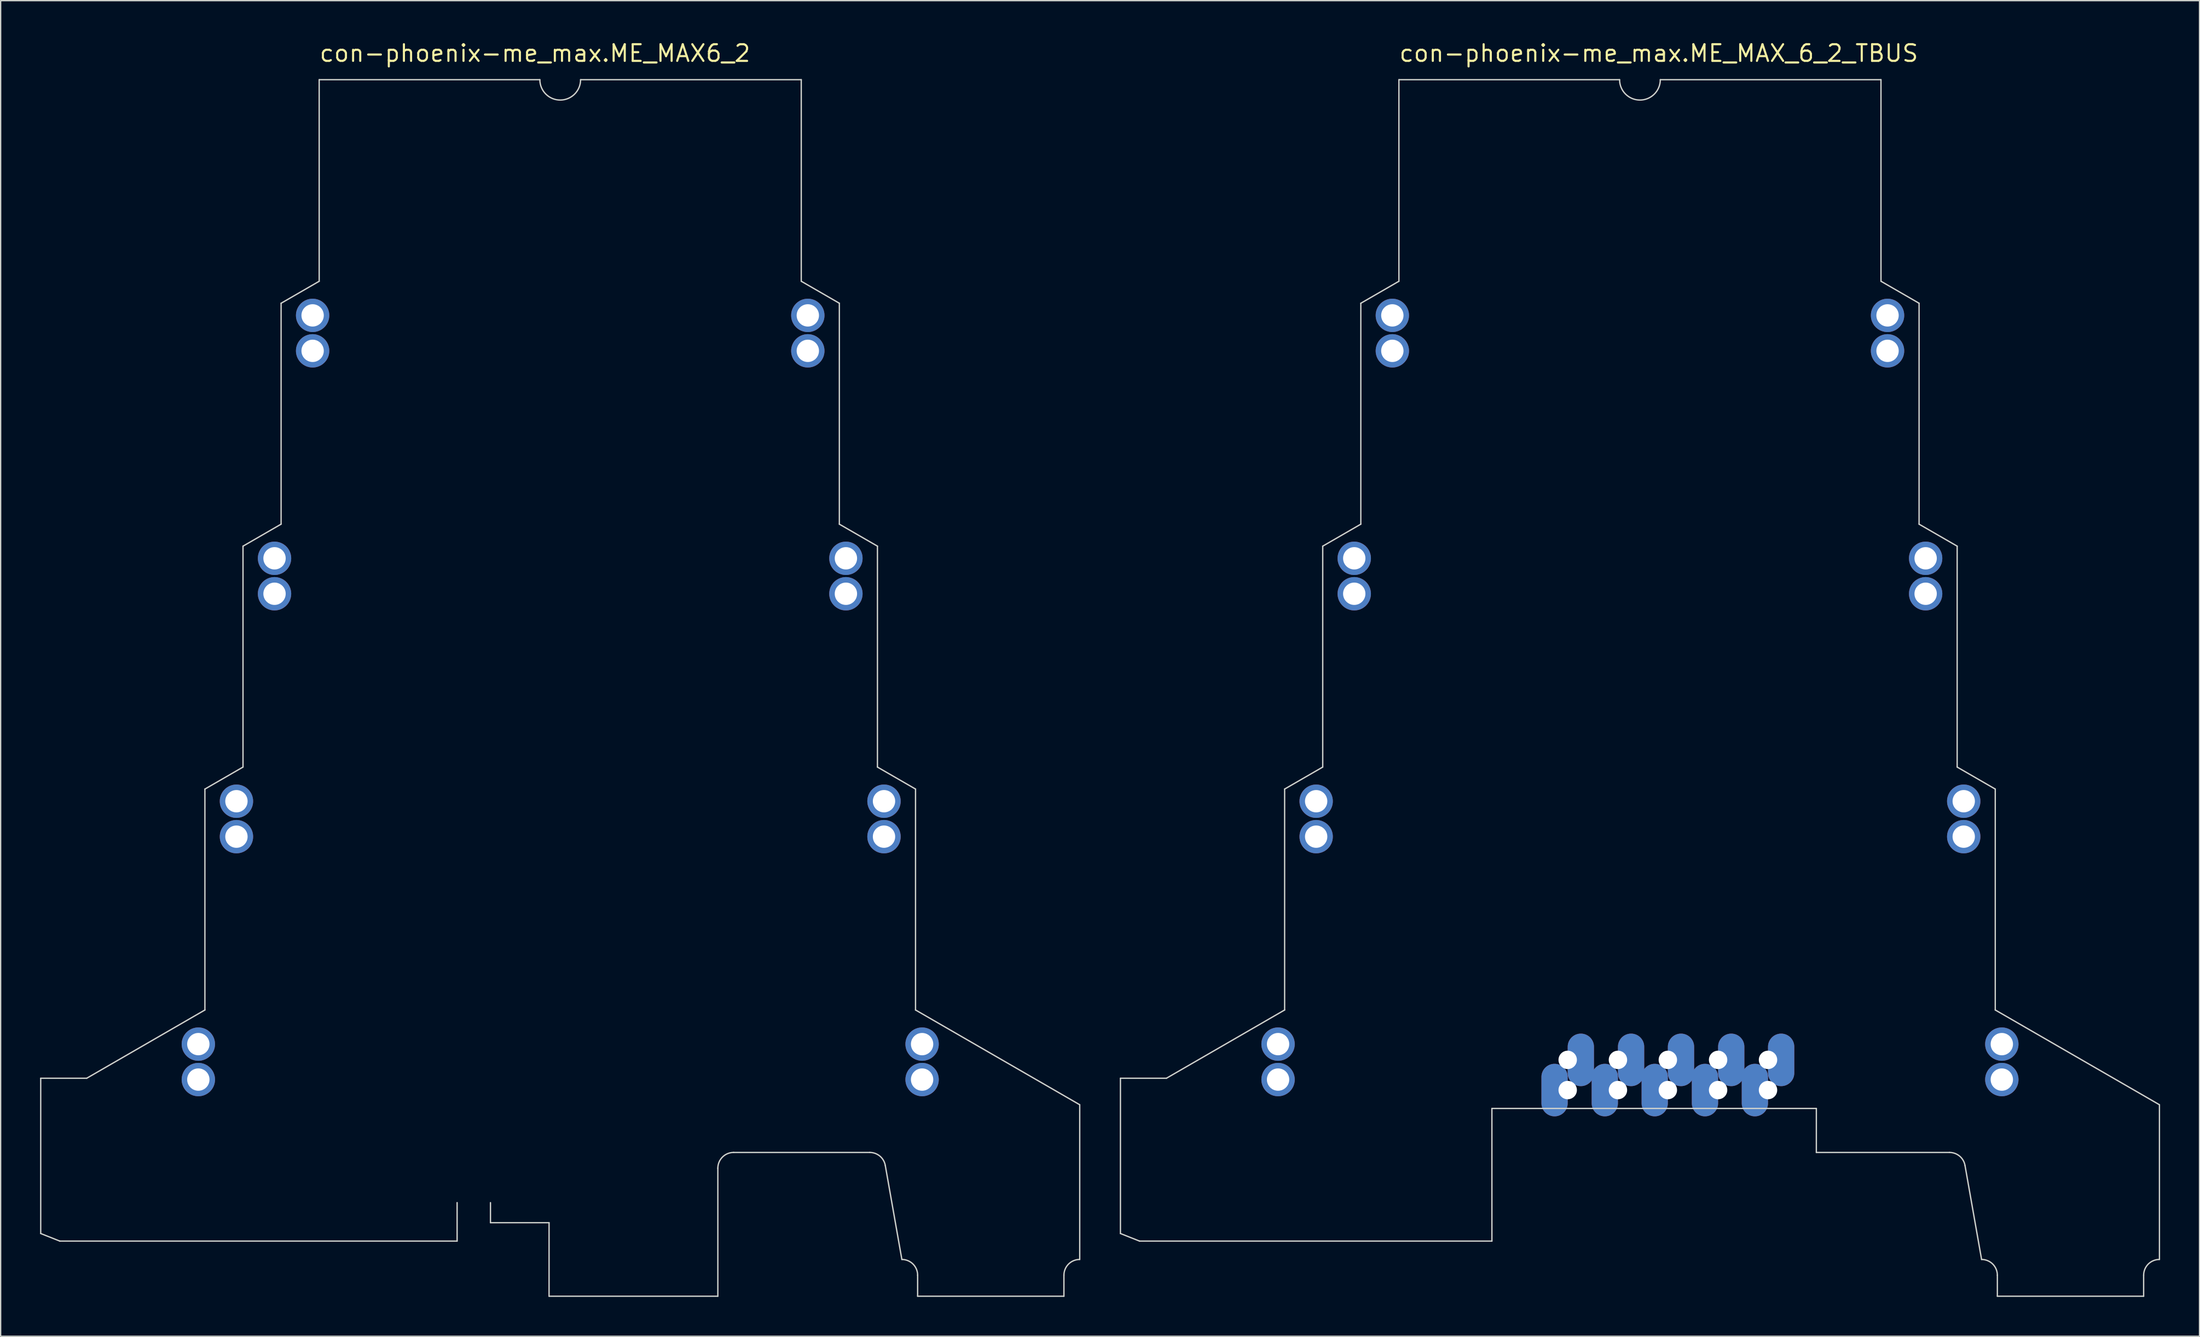
<source format=kicad_pcb>
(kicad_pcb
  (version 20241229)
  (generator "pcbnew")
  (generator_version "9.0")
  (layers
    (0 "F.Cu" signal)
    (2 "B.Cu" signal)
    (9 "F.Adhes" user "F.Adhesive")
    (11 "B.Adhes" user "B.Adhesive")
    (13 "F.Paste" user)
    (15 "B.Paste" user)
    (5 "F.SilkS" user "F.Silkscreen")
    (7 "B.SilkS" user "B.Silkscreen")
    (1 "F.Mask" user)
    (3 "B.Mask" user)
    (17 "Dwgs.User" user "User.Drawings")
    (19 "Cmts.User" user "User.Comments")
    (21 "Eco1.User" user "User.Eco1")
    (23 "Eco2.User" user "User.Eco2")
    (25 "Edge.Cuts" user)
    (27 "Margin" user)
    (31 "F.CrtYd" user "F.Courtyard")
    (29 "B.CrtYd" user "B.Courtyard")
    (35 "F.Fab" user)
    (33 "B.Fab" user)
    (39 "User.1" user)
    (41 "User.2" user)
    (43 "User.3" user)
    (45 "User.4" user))
  (footprint "con-phoenix-me_max.ME_MAX_6_2_TBUS"
    (layer "F.Cu")
    (at 121.8 3.02)
    (property "Reference" "con-phoenix-me_max.ME_MAX_6_2_TBUS" (at -18.415 -1.27 0) (layer "F.SilkS") (effects (font (size 1.27 1.27) (thickness 0.16)) (justify left bottom)))
    (attr through_hole)
    (fp_line (start -9.175 77.35) (end -6.9 77.35) (stroke (width 0.002) (type default)) (layer "F.SilkS"))
    (fp_line (start -9.175 78.35) (end -9.175 77.35) (stroke (width 0.002) (type default)) (layer "F.SilkS"))
    (fp_line (start -6.9 73.05) (end 11.15 73.05) (stroke (width 0.002) (type default)) (layer "F.SilkS"))
    (fp_line (start -6.9 77.35) (end -6.9 73.05) (stroke (width 0.002) (type default)) (layer "F.SilkS"))
    (fp_line (start 11.15 73.05) (end 11.15 77.35) (stroke (width 0.002) (type default)) (layer "F.SilkS"))
    (fp_line (start 11.15 77.35) (end 13.425 77.35) (stroke (width 0.002) (type default)) (layer "F.SilkS"))
    (fp_line (start 13.425 77.35) (end 13.425 78.35) (stroke (width 0.002) (type default)) (layer "F.SilkS"))
    (fp_line (start -39.55 76.05) (end -39.55 87.875) (stroke (width 0.1) (type default)) (layer "Edge.Cuts"))
    (fp_line (start -39.55 87.875) (end -38.1 88.45) (stroke (width 0.1) (type default)) (layer "Edge.Cuts"))
    (fp_line (start -38.1 88.45) (end -11.27 88.45) (stroke (width 0.1) (type default)) (layer "Edge.Cuts"))
    (fp_line (start -36.05 76.05) (end -39.55 76.05) (stroke (width 0.1) (type default)) (layer "Edge.Cuts"))
    (fp_line (start -27.05 54.025) (end -27.05 70.85) (stroke (width 0.1) (type default)) (layer "Edge.Cuts"))
    (fp_line (start -27.05 70.85) (end -36.05 76.05) (stroke (width 0.1) (type default)) (layer "Edge.Cuts"))
    (fp_line (start -24.15 35.525) (end -24.15 52.35) (stroke (width 0.1) (type default)) (layer "Edge.Cuts"))
    (fp_line (start -24.15 52.35) (end -27.05 54.025) (stroke (width 0.1) (type default)) (layer "Edge.Cuts"))
    (fp_line (start -21.25 17.025) (end -21.25 33.85) (stroke (width 0.1) (type default)) (layer "Edge.Cuts"))
    (fp_line (start -21.25 33.85) (end -24.15 35.525) (stroke (width 0.1) (type default)) (layer "Edge.Cuts"))
    (fp_line (start -18.35 0) (end -18.35 15.35) (stroke (width 0.1) (type default)) (layer "Edge.Cuts"))
    (fp_line (start -18.35 15.35) (end -21.25 17.025) (stroke (width 0.1) (type default)) (layer "Edge.Cuts"))
    (fp_line (start -11.27 78.35) (end -11.27 88.45) (stroke (width 0.1) (type default)) (layer "Edge.Cuts"))
    (fp_line (start -11.27 78.35) (end 13.43 78.35) (stroke (width 0.1) (type default)) (layer "Edge.Cuts"))
    (fp_line (start -1.55 0) (end -18.35 0) (stroke (width 0.1) (type default)) (layer "Edge.Cuts"))
    (fp_line (start 1.55 0) (end 18.35 0) (stroke (width 0.1) (type default)) (layer "Edge.Cuts"))
    (fp_line (start 13.43 78.35) (end 13.43 81.7) (stroke (width 0.1) (type default)) (layer "Edge.Cuts"))
    (fp_line (start 13.43 81.7) (end 23.565 81.7) (stroke (width 0.1) (type default)) (layer "Edge.Cuts"))
    (fp_line (start 18.35 0) (end 18.35 15.35) (stroke (width 0.1) (type default)) (layer "Edge.Cuts"))
    (fp_line (start 18.35 15.35) (end 21.25 17.025) (stroke (width 0.1) (type default)) (layer "Edge.Cuts"))
    (fp_line (start 21.25 17.025) (end 21.25 33.85) (stroke (width 0.1) (type default)) (layer "Edge.Cuts"))
    (fp_line (start 21.25 33.85) (end 24.15 35.525) (stroke (width 0.1) (type default)) (layer "Edge.Cuts"))
    (fp_line (start 24.15 35.525) (end 24.15 52.35) (stroke (width 0.1) (type default)) (layer "Edge.Cuts"))
    (fp_line (start 24.15 52.35) (end 27.05 54.025) (stroke (width 0.1) (type default)) (layer "Edge.Cuts"))
    (fp_line (start 24.75 82.705) (end 26.01 89.85) (stroke (width 0.1) (type default)) (layer "Edge.Cuts"))
    (fp_line (start 27.05 54.025) (end 27.05 70.85) (stroke (width 0.1) (type default)) (layer "Edge.Cuts"))
    (fp_line (start 27.05 70.85) (end 39.55 78.067) (stroke (width 0.1) (type default)) (layer "Edge.Cuts"))
    (fp_line (start 27.21 91.05) (end 27.21 92.65) (stroke (width 0.1) (type default)) (layer "Edge.Cuts"))
    (fp_line (start 38.347 91.05) (end 38.347 92.65) (stroke (width 0.1) (type default)) (layer "Edge.Cuts"))
    (fp_line (start 38.347 92.65) (end 27.21 92.65) (stroke (width 0.1) (type default)) (layer "Edge.Cuts"))
    (fp_line (start 39.55 78.067) (end 39.55 89.85) (stroke (width 0.1) (type default)) (layer "Edge.Cuts"))
    (fp_arc (start 1.55 0) (mid 0 1.55) (end -1.55 0) (stroke (width 0.1) (type default)) (layer "Edge.Cuts"))
    (fp_arc (start 23.565 81.7) (mid 24.342563 81.984291) (end 24.75 82.705) (stroke (width 0.1) (type default)) (layer "Edge.Cuts"))
    (fp_arc (start 26.01 89.85) (mid 26.85888 90.20112) (end 27.21 91.05) (stroke (width 0.1) (type default)) (layer "Edge.Cuts"))
    (fp_arc (start 38.3475 91.05) (mid 38.699856 90.200588) (end 39.55 89.85) (stroke (width 0.1) (type default)) (layer "Edge.Cuts"))
    (pad "1" thru_hole circle (at -18.85 17.95) (size 2.54 2.54) (drill 1.7) (layers "*.Cu" "*.Mask"))
    (pad "1@1" thru_hole circle (at -18.85 20.65) (size 2.54 2.54) (drill 1.7) (layers "*.Cu" "*.Mask"))
    (pad "2" thru_hole circle (at 18.85 17.95) (size 2.54 2.54) (drill 1.7) (layers "*.Cu" "*.Mask"))
    (pad "2@1" thru_hole circle (at 18.85 20.65) (size 2.54 2.54) (drill 1.7) (layers "*.Cu" "*.Mask"))
    (pad "3" thru_hole circle (at -21.75 36.45) (size 2.54 2.54) (drill 1.7) (layers "*.Cu" "*.Mask"))
    (pad "3@1" thru_hole circle (at -21.75 39.15) (size 2.54 2.54) (drill 1.7) (layers "*.Cu" "*.Mask"))
    (pad "4" thru_hole circle (at 21.75 36.45) (size 2.54 2.54) (drill 1.7) (layers "*.Cu" "*.Mask"))
    (pad "4@1" thru_hole circle (at 21.75 39.15) (size 2.54 2.54) (drill 1.7) (layers "*.Cu" "*.Mask"))
    (pad "5" thru_hole circle (at -24.65 54.95) (size 2.54 2.54) (drill 1.7) (layers "*.Cu" "*.Mask"))
    (pad "5@1" thru_hole circle (at -24.65 57.65) (size 2.54 2.54) (drill 1.7) (layers "*.Cu" "*.Mask"))
    (pad "6" thru_hole circle (at 24.65 54.95) (size 2.54 2.54) (drill 1.7) (layers "*.Cu" "*.Mask"))
    (pad "6@1" thru_hole circle (at 24.65 57.65) (size 2.54 2.54) (drill 1.7) (layers "*.Cu" "*.Mask"))
    (pad "7" thru_hole circle (at -27.55 73.45) (size 2.54 2.54) (drill 1.7) (layers "*.Cu" "*.Mask"))
    (pad "7@1" thru_hole circle (at -27.55 76.15) (size 2.54 2.54) (drill 1.7) (layers "*.Cu" "*.Mask"))
    (pad "8" thru_hole circle (at 27.55 73.45) (size 2.54 2.54) (drill 1.7) (layers "*.Cu" "*.Mask"))
    (pad "8@1" thru_hole circle (at 27.55 76.15) (size 2.54 2.54) (drill 1.7) (layers "*.Cu" "*.Mask"))
    (pad "B1" thru_hole oval (at -5.5 74.65 90) (size 4 2) (drill 1.4 (offset 0 1)) (layers "*.Cu" "*.Mask"))
    (pad "B1@1" thru_hole oval (at -5.5 76.95 90) (size 4 2) (drill 1.4 (offset 0 -1)) (layers "*.Cu" "*.Mask"))
    (pad "B2" thru_hole oval (at -1.675 74.65 90) (size 4 2) (drill 1.4 (offset 0 1)) (layers "*.Cu" "*.Mask"))
    (pad "B2@1" thru_hole oval (at -1.675 76.95 90) (size 4 2) (drill 1.4 (offset 0 -1)) (layers "*.Cu" "*.Mask"))
    (pad "B3" thru_hole oval (at 2.125 74.65 90) (size 4 2) (drill 1.4 (offset 0 1)) (layers "*.Cu" "*.Mask"))
    (pad "B3@1" thru_hole oval (at 2.125 76.95 90) (size 4 2) (drill 1.4 (offset 0 -1)) (layers "*.Cu" "*.Mask"))
    (pad "B4" thru_hole oval (at 5.95 74.65 90) (size 4 2) (drill 1.4 (offset 0 1)) (layers "*.Cu" "*.Mask"))
    (pad "B4@1" thru_hole oval (at 5.95 76.95 90) (size 4 2) (drill 1.4 (offset 0 -1)) (layers "*.Cu" "*.Mask"))
    (pad "B5" thru_hole oval (at 9.75 74.65 90) (size 4 2) (drill 1.4 (offset 0 1)) (layers "*.Cu" "*.Mask"))
    (pad "B5@1" thru_hole oval (at 9.75 76.95 90) (size 4 2) (drill 1.4 (offset 0 -1)) (layers "*.Cu" "*.Mask")))
  (footprint "con-phoenix-me_max.ME_MAX6_2"
    (layer "F.Cu")
    (at 39.6 3.02)
    (property "Reference" "con-phoenix-me_max.ME_MAX6_2" (at -18.415 -1.27 0) (layer "F.SilkS") (effects (font (size 1.27 1.27) (thickness 0.16)) (justify left bottom)))
    (attr through_hole)
    (fp_line (start -39.55 76.05) (end -39.55 87.875) (stroke (width 0.1) (type default)) (layer "Edge.Cuts"))
    (fp_line (start -39.55 87.875) (end -38.1 88.45) (stroke (width 0.1) (type default)) (layer "Edge.Cuts"))
    (fp_line (start -38.1 88.45) (end -7.85 88.45) (stroke (width 0.1) (type default)) (layer "Edge.Cuts"))
    (fp_line (start -36.05 76.05) (end -39.55 76.05) (stroke (width 0.1) (type default)) (layer "Edge.Cuts"))
    (fp_line (start -27.05 54.025) (end -27.05 70.85) (stroke (width 0.1) (type default)) (layer "Edge.Cuts"))
    (fp_line (start -27.05 70.85) (end -36.05 76.05) (stroke (width 0.1) (type default)) (layer "Edge.Cuts"))
    (fp_line (start -24.15 35.525) (end -24.15 52.35) (stroke (width 0.1) (type default)) (layer "Edge.Cuts"))
    (fp_line (start -24.15 52.35) (end -27.05 54.025) (stroke (width 0.1) (type default)) (layer "Edge.Cuts"))
    (fp_line (start -21.25 17.025) (end -21.25 33.85) (stroke (width 0.1) (type default)) (layer "Edge.Cuts"))
    (fp_line (start -21.25 33.85) (end -24.15 35.525) (stroke (width 0.1) (type default)) (layer "Edge.Cuts"))
    (fp_line (start -18.35 0) (end -18.35 15.35) (stroke (width 0.1) (type default)) (layer "Edge.Cuts"))
    (fp_line (start -18.35 15.35) (end -21.25 17.025) (stroke (width 0.1) (type default)) (layer "Edge.Cuts"))
    (fp_line (start -7.85 85.52) (end -7.85 88.45) (stroke (width 0.1) (type default)) (layer "Edge.Cuts"))
    (fp_line (start -5.31 85.522) (end -5.31 87.05) (stroke (width 0.1) (type default)) (layer "Edge.Cuts"))
    (fp_line (start -5.31 87.05) (end -0.85 87.05) (stroke (width 0.1) (type default)) (layer "Edge.Cuts"))
    (fp_line (start -1.55 0) (end -18.35 0) (stroke (width 0.1) (type default)) (layer "Edge.Cuts"))
    (fp_line (start -0.85 87.05) (end -0.85 92.65) (stroke (width 0.1) (type default)) (layer "Edge.Cuts"))
    (fp_line (start -0.85 92.65) (end 12 92.65) (stroke (width 0.1) (type default)) (layer "Edge.Cuts"))
    (fp_line (start 1.55 0) (end 18.35 0) (stroke (width 0.1) (type default)) (layer "Edge.Cuts"))
    (fp_line (start 12 82.9) (end 12 92.65) (stroke (width 0.1) (type default)) (layer "Edge.Cuts"))
    (fp_line (start 13.203 81.7) (end 23.565 81.7) (stroke (width 0.1) (type default)) (layer "Edge.Cuts"))
    (fp_line (start 18.35 0) (end 18.35 15.35) (stroke (width 0.1) (type default)) (layer "Edge.Cuts"))
    (fp_line (start 18.35 15.35) (end 21.25 17.025) (stroke (width 0.1) (type default)) (layer "Edge.Cuts"))
    (fp_line (start 21.25 17.025) (end 21.25 33.85) (stroke (width 0.1) (type default)) (layer "Edge.Cuts"))
    (fp_line (start 21.25 33.85) (end 24.15 35.525) (stroke (width 0.1) (type default)) (layer "Edge.Cuts"))
    (fp_line (start 24.15 35.525) (end 24.15 52.35) (stroke (width 0.1) (type default)) (layer "Edge.Cuts"))
    (fp_line (start 24.15 52.35) (end 27.05 54.025) (stroke (width 0.1) (type default)) (layer "Edge.Cuts"))
    (fp_line (start 24.75 82.705) (end 26.01 89.85) (stroke (width 0.1) (type default)) (layer "Edge.Cuts"))
    (fp_line (start 27.05 54.025) (end 27.05 70.85) (stroke (width 0.1) (type default)) (layer "Edge.Cuts"))
    (fp_line (start 27.05 70.85) (end 39.55 78.067) (stroke (width 0.1) (type default)) (layer "Edge.Cuts"))
    (fp_line (start 27.21 91.05) (end 27.21 92.65) (stroke (width 0.1) (type default)) (layer "Edge.Cuts"))
    (fp_line (start 38.347 91.05) (end 38.347 92.65) (stroke (width 0.1) (type default)) (layer "Edge.Cuts"))
    (fp_line (start 38.347 92.65) (end 27.21 92.65) (stroke (width 0.1) (type default)) (layer "Edge.Cuts"))
    (fp_line (start 39.55 78.067) (end 39.55 89.85) (stroke (width 0.1) (type default)) (layer "Edge.Cuts"))
    (fp_arc (start -7.85 85.52) (mid -6.579435 84.947109) (end -5.31 85.5225) (stroke (width 0.0002) (type default)) (layer "Edge.Cuts"))
    (fp_arc (start 1.55 0) (mid 0 1.55) (end -1.55 0) (stroke (width 0.1) (type default)) (layer "Edge.Cuts"))
    (fp_arc (start 12 82.9) (mid 12.352356 82.050588) (end 13.2025 81.7) (stroke (width 0.1) (type default)) (layer "Edge.Cuts"))
    (fp_arc (start 23.565 81.7) (mid 24.342563 81.984291) (end 24.75 82.705) (stroke (width 0.1) (type default)) (layer "Edge.Cuts"))
    (fp_arc (start 26.01 89.85) (mid 26.85888 90.20112) (end 27.21 91.05) (stroke (width 0.1) (type default)) (layer "Edge.Cuts"))
    (fp_arc (start 38.3475 91.05) (mid 38.699856 90.200588) (end 39.55 89.85) (stroke (width 0.1) (type default)) (layer "Edge.Cuts"))
    (pad "1" thru_hole circle (at -18.85 17.95) (size 2.54 2.54) (drill 1.7) (layers "*.Cu" "*.Mask"))
    (pad "1@1" thru_hole circle (at -18.85 20.65) (size 2.54 2.54) (drill 1.7) (layers "*.Cu" "*.Mask"))
    (pad "2" thru_hole circle (at 18.85 17.95) (size 2.54 2.54) (drill 1.7) (layers "*.Cu" "*.Mask"))
    (pad "2@1" thru_hole circle (at 18.85 20.65) (size 2.54 2.54) (drill 1.7) (layers "*.Cu" "*.Mask"))
    (pad "3" thru_hole circle (at -21.75 36.45) (size 2.54 2.54) (drill 1.7) (layers "*.Cu" "*.Mask"))
    (pad "3@1" thru_hole circle (at -21.75 39.15) (size 2.54 2.54) (drill 1.7) (layers "*.Cu" "*.Mask"))
    (pad "4" thru_hole circle (at 21.75 36.45) (size 2.54 2.54) (drill 1.7) (layers "*.Cu" "*.Mask"))
    (pad "4@1" thru_hole circle (at 21.75 39.15) (size 2.54 2.54) (drill 1.7) (layers "*.Cu" "*.Mask"))
    (pad "5" thru_hole circle (at -24.65 54.95) (size 2.54 2.54) (drill 1.7) (layers "*.Cu" "*.Mask"))
    (pad "5@1" thru_hole circle (at -24.65 57.65) (size 2.54 2.54) (drill 1.7) (layers "*.Cu" "*.Mask"))
    (pad "6" thru_hole circle (at 24.65 54.95) (size 2.54 2.54) (drill 1.7) (layers "*.Cu" "*.Mask"))
    (pad "6@1" thru_hole circle (at 24.65 57.65) (size 2.54 2.54) (drill 1.7) (layers "*.Cu" "*.Mask"))
    (pad "7" thru_hole circle (at -27.55 73.45) (size 2.54 2.54) (drill 1.7) (layers "*.Cu" "*.Mask"))
    (pad "7@1" thru_hole circle (at -27.55 76.15) (size 2.54 2.54) (drill 1.7) (layers "*.Cu" "*.Mask"))
    (pad "8" thru_hole circle (at 27.55 73.45) (size 2.54 2.54) (drill 1.7) (layers "*.Cu" "*.Mask"))
    (pad "8@1" thru_hole circle (at 27.55 76.15) (size 2.54 2.54) (drill 1.7) (layers "*.Cu" "*.Mask")))
  (gr_rect
    (start -3 -3)
    (end 164.4 98.72)
    (stroke (width 0.1) (type default))
    (fill no)
    (layer "Edge.Cuts")))
</source>
